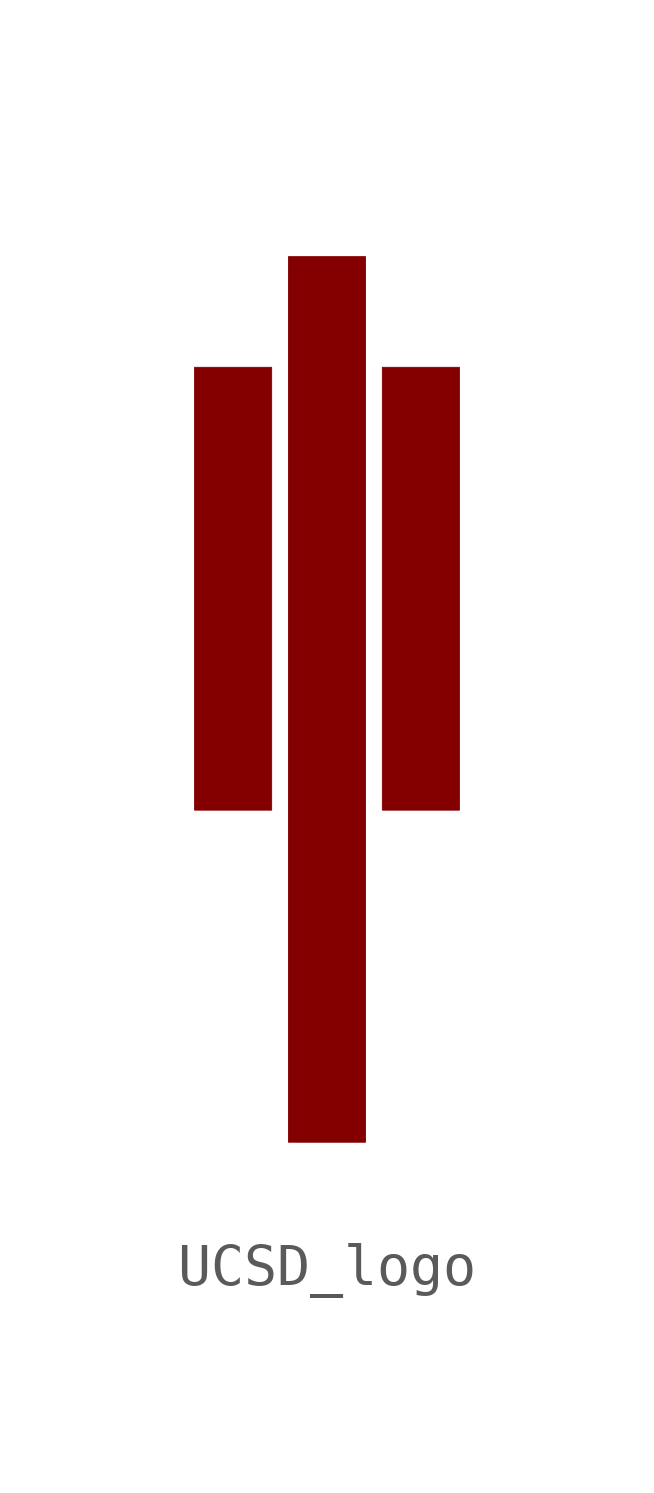
<source format=kicad_sym>
(kicad_symbol_lib
  (version 20220914)
  (generator kicad_symbol_editor)
  (symbol "UCSD_logo"
    (pin_names
      (offset 1.016))
    (property "Reference" "G"
      (at 0 12.7 0)
      (effects (font (size 1.27 1.27)) hide))
    (symbol "UCSD_logo_0_0"
      (polyline (pts (xy -1.307 7.905) (xy -3.141 7.905) (xy -3.141 -2.635) (xy -1.307 -2.635) (xy -1.307 7.905)) (stroke (width 0.01) (type default)) (fill (type outline)))
      (polyline (pts (xy 0.927 10.539) (xy -0.906 10.539) (xy -0.906 -10.539) (xy 0.927 -10.539) (xy 0.927 10.539)) (stroke (width 0.01) (type default)) (fill (type outline)))
      (polyline (pts (xy 3.162 7.905) (xy 1.328 7.905) (xy 1.328 -2.635) (xy 3.162 -2.635) (xy 3.162 7.905)) (stroke (width 0.01) (type default)) (fill (type outline))))))
</source>
